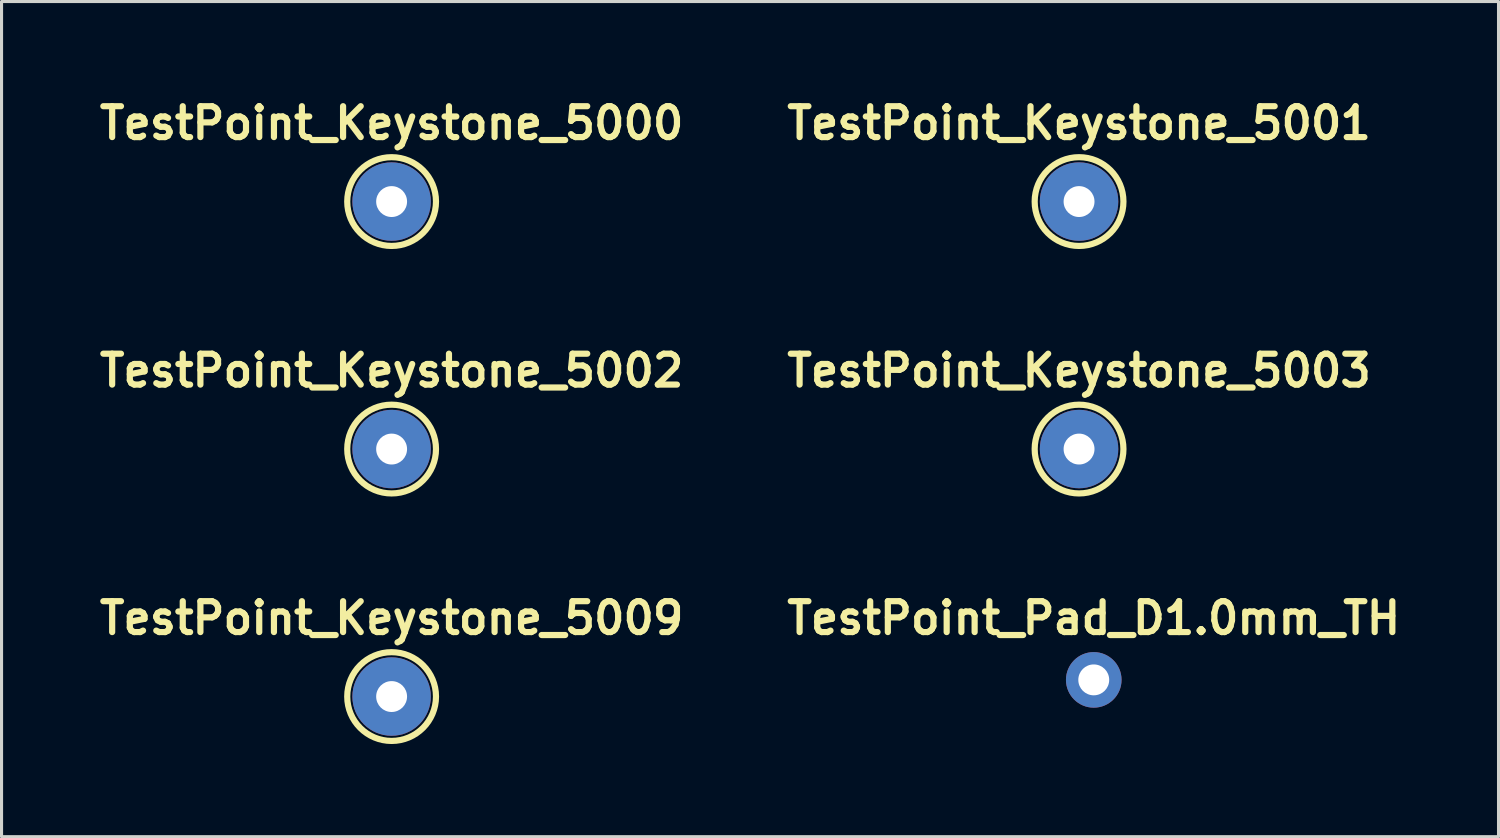
<source format=kicad_pcb>
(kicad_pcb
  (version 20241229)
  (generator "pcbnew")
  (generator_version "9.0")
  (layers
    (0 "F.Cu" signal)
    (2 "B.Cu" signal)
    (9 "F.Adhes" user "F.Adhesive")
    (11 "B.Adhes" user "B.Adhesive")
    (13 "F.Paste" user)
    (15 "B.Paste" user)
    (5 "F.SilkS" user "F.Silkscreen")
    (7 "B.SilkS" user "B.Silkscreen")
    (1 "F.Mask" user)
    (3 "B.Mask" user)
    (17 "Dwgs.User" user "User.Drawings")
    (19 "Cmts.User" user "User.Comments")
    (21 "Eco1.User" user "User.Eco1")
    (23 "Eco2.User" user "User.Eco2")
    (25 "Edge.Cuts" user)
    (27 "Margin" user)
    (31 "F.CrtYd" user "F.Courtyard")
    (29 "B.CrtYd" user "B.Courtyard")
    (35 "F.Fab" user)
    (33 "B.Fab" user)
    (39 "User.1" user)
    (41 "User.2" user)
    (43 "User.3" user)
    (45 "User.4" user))
  (footprint "TestPoint_Keystone_5001"
    (layer "F.Cu")
    (at 31.886 3.476)
    (property "Reference" "TestPoint_Keystone_5001" (at 0 -2.54 0) (layer "F.SilkS") (effects (font (size 1 1) (thickness 0.2))))
    (attr through_hole)
    (fp_circle (center 0 0) (end 1.016 -1.016) (stroke (width 0.2) (type solid)) (fill no) (layer "F.SilkS"))
    (pad "1" thru_hole circle (at 0 0) (size 2.54 2.54) (drill 1) (layers "*.Cu" "*.Mask")))
  (footprint "TestPoint_Keystone_5000"
    (layer "F.Cu")
    (at 9.629 3.476)
    (property "Reference" "TestPoint_Keystone_5000" (at 0 -2.54 0) (layer "F.SilkS") (effects (font (size 1 1) (thickness 0.2))))
    (attr through_hole)
    (fp_circle (center 0 0) (end 1.016 -1.016) (stroke (width 0.2) (type solid)) (fill no) (layer "F.SilkS"))
    (pad "1" thru_hole circle (at 0 0) (size 2.54 2.54) (drill 1) (layers "*.Cu" "*.Mask")))
  (footprint "TestPoint_Pad_D1.0mm_TH"
    (layer "F.Cu")
    (at 32.362 18.962)
    (property "Reference" "TestPoint_Pad_D1.0mm_TH" (at 0 -2 0) (layer "F.SilkS") (effects (font (size 1 1) (thickness 0.2))))
    (attr through_hole)
    (pad "1" thru_hole circle (at 0 0) (size 1.8 1.8) (drill 1) (layers "*.Cu" "*.Mask")))
  (footprint "TestPoint_Keystone_5003"
    (layer "F.Cu")
    (at 31.886 11.489)
    (property "Reference" "TestPoint_Keystone_5003" (at 0 -2.54 0) (layer "F.SilkS") (effects (font (size 1 1) (thickness 0.2))))
    (attr through_hole)
    (fp_circle (center 0 0) (end 1.016 -1.016) (stroke (width 0.2) (type solid)) (fill no) (layer "F.SilkS"))
    (pad "1" thru_hole circle (at 0 0) (size 2.54 2.54) (drill 1) (layers "*.Cu" "*.Mask")))
  (footprint "TestPoint_Keystone_5009"
    (layer "F.Cu")
    (at 9.629 19.502)
    (property "Reference" "TestPoint_Keystone_5009" (at 0 -2.54 0) (layer "F.SilkS") (effects (font (size 1 1) (thickness 0.2))))
    (attr through_hole)
    (fp_circle (center 0 0) (end 1.016 -1.016) (stroke (width 0.2) (type solid)) (fill no) (layer "F.SilkS"))
    (pad "1" thru_hole circle (at 0 0) (size 2.54 2.54) (drill 1) (layers "*.Cu" "*.Mask")))
  (footprint "TestPoint_Keystone_5002"
    (layer "F.Cu")
    (at 9.629 11.489)
    (property "Reference" "TestPoint_Keystone_5002" (at 0 -2.54 0) (layer "F.SilkS") (effects (font (size 1 1) (thickness 0.2))))
    (attr through_hole)
    (fp_circle (center 0 0) (end 1.016 -1.016) (stroke (width 0.2) (type solid)) (fill no) (layer "F.SilkS"))
    (pad "1" thru_hole circle (at 0 0) (size 2.54 2.54) (drill 1) (layers "*.Cu" "*.Mask")))
  (gr_rect
    (start -3 -3)
    (end 45.467 24.039)
    (stroke (width 0.1) (type default))
    (fill no)
    (layer "Edge.Cuts")))
</source>
